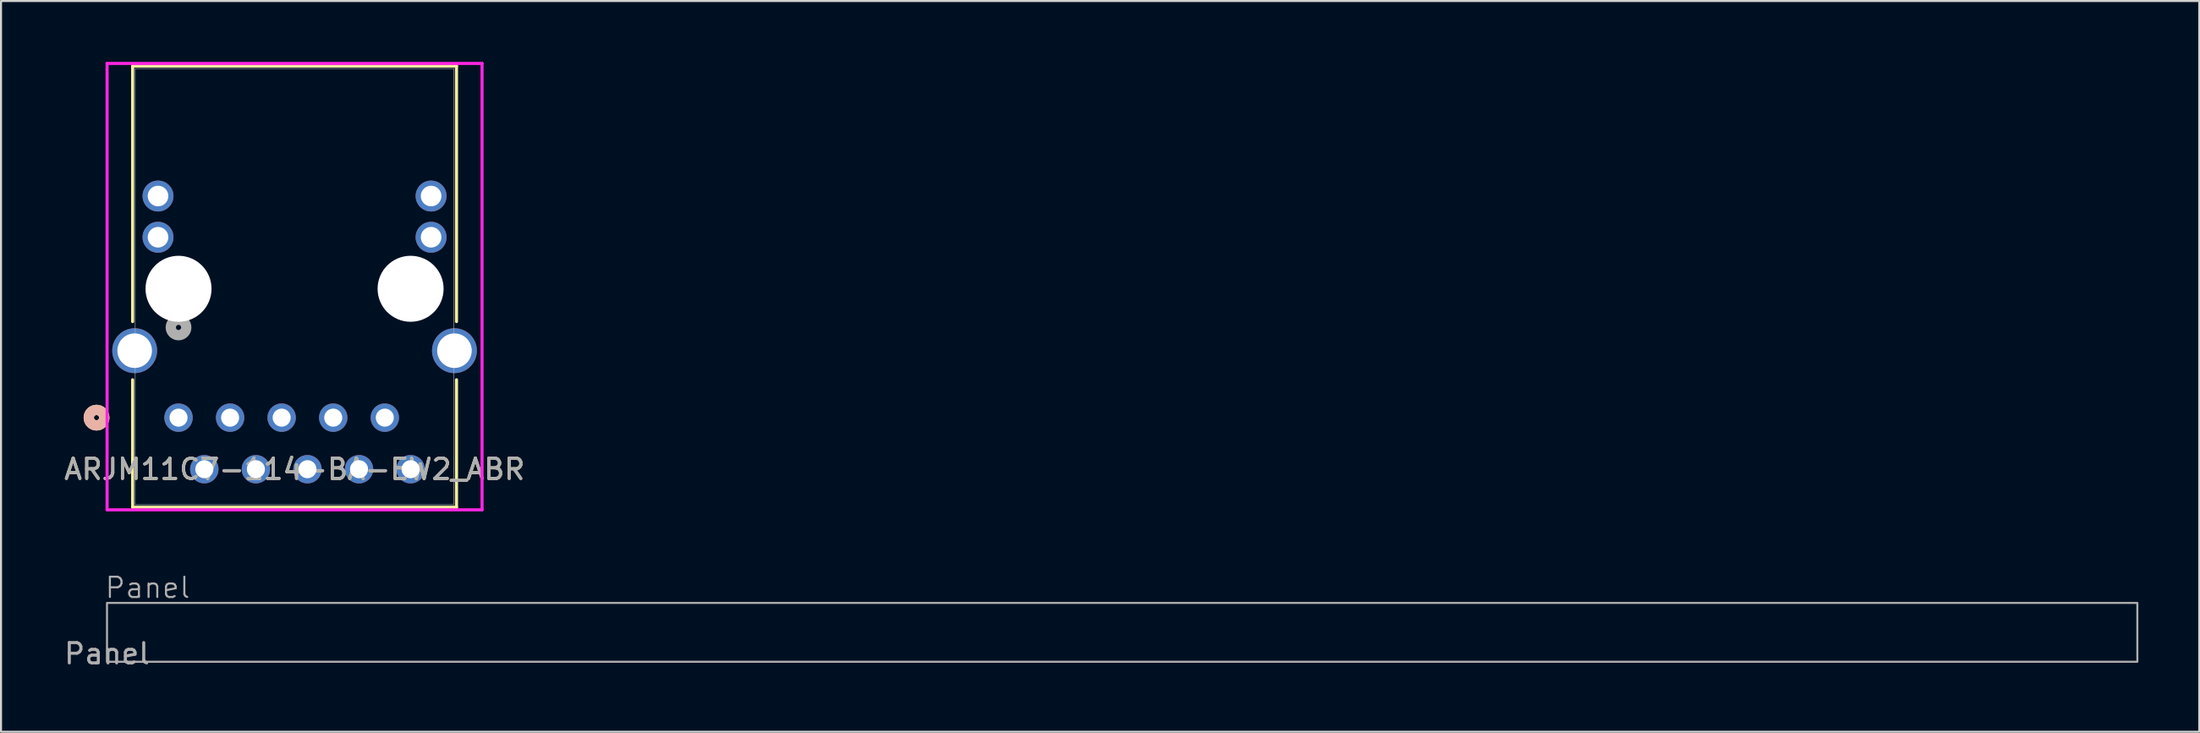
<source format=kicad_pcb>
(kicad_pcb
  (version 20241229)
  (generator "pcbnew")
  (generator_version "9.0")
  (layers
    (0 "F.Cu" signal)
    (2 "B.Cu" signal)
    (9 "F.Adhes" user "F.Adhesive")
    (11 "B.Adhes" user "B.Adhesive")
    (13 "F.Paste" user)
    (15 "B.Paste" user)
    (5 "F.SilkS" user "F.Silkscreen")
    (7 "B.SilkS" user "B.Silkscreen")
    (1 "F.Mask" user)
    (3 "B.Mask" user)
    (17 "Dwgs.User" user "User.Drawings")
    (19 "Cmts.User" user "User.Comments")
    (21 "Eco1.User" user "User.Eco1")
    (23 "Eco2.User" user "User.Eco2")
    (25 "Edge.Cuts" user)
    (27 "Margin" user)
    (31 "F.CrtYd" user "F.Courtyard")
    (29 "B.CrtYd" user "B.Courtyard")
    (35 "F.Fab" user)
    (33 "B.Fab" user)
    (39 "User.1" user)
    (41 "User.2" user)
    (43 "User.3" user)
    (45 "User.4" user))
  (footprint "ARJM11C7-114-BA-EW2_ABR"
    (layer "F.Cu")
    (at 5.743 17.53)
    (property "Reference" "ARJM11C7-114-BA-EW2_ABR" (at 5.715 2.54 0) (unlocked yes) (layer "F.SilkS") (effects (font (size 1 1) (thickness 0.15))))
    (attr through_hole)
    (fp_line (start -2.261 -17.327) (end -2.261 -4.734) (stroke (width 0.152) (type solid)) (layer "F.SilkS"))
    (fp_line (start -2.261 -1.866) (end -2.261 4.415) (stroke (width 0.152) (type solid)) (layer "F.SilkS"))
    (fp_line (start -2.261 4.415) (end 13.691 4.415) (stroke (width 0.152) (type solid)) (layer "F.SilkS"))
    (fp_line (start 13.691 -17.327) (end -2.261 -17.327) (stroke (width 0.152) (type solid)) (layer "F.SilkS"))
    (fp_line (start 13.691 -4.734) (end 13.691 -17.327) (stroke (width 0.152) (type solid)) (layer "F.SilkS"))
    (fp_line (start 13.691 4.415) (end 13.691 -1.866) (stroke (width 0.152) (type solid)) (layer "F.SilkS"))
    (fp_circle (center -4.039 0) (end -3.658 0) (stroke (width 0.508) (type solid)) (fill no) (layer "F.SilkS"))
    (fp_circle (center -4.039 0) (end -3.658 0) (stroke (width 0.508) (type solid)) (fill no) (layer "B.SilkS"))
    (fp_line (start -3.519 -17.454) (end -3.519 4.542) (stroke (width 0.152) (type solid)) (layer "F.CrtYd"))
    (fp_line (start -3.519 4.542) (end 14.949 4.542) (stroke (width 0.152) (type solid)) (layer "F.CrtYd"))
    (fp_line (start 14.949 -17.454) (end -3.519 -17.454) (stroke (width 0.152) (type solid)) (layer "F.CrtYd"))
    (fp_line (start 14.949 4.542) (end 14.949 -17.454) (stroke (width 0.152) (type solid)) (layer "F.CrtYd"))
    (fp_line (start -2.134 -17.2) (end -2.134 4.288) (stroke (width 0.025) (type solid)) (layer "F.Fab"))
    (fp_line (start -2.134 4.288) (end 13.564 4.288) (stroke (width 0.025) (type solid)) (layer "F.Fab"))
    (fp_line (start 13.564 -17.2) (end -2.134 -17.2) (stroke (width 0.025) (type solid)) (layer "F.Fab"))
    (fp_line (start 13.564 4.288) (end 13.564 -17.2) (stroke (width 0.025) (type solid)) (layer "F.Fab"))
    (fp_circle (center 0 -4.445) (end 0.381 -4.445) (stroke (width 0.508) (type solid)) (fill no) (layer "F.Fab"))
    (fp_text user "${REFERENCE}" (at 5.715 2.54 0) (unlocked yes) (layer "F.Fab") (effects (font (size 1 1) (thickness 0.15))))
    (pad "" np_thru_hole circle (at 0 -6.35) (size 3.251 3.251) (drill 3.251) (layers "*.Cu" "*.Mask"))
    (pad "" np_thru_hole circle (at 11.43 -6.35) (size 3.251 3.251) (drill 3.251) (layers "*.Cu" "*.Mask"))
    (pad "1" thru_hole circle (at 0 0) (size 1.397 1.397) (drill 0.889) (layers "*.Cu" "*.Mask"))
    (pad "2" thru_hole circle (at 1.27 2.54) (size 1.397 1.397) (drill 0.889) (layers "*.Cu" "*.Mask"))
    (pad "3" thru_hole circle (at 2.54 0) (size 1.397 1.397) (drill 0.889) (layers "*.Cu" "*.Mask"))
    (pad "4" thru_hole circle (at 3.81 2.54) (size 1.397 1.397) (drill 0.889) (layers "*.Cu" "*.Mask"))
    (pad "5" thru_hole circle (at 5.08 0) (size 1.397 1.397) (drill 0.889) (layers "*.Cu" "*.Mask"))
    (pad "6" thru_hole circle (at 6.35 2.54) (size 1.397 1.397) (drill 0.889) (layers "*.Cu" "*.Mask"))
    (pad "7" thru_hole circle (at 7.62 0) (size 1.397 1.397) (drill 0.889) (layers "*.Cu" "*.Mask"))
    (pad "8" thru_hole circle (at 8.89 2.54) (size 1.397 1.397) (drill 0.889) (layers "*.Cu" "*.Mask"))
    (pad "9" thru_hole circle (at 10.16 0) (size 1.397 1.397) (drill 0.889) (layers "*.Cu" "*.Mask"))
    (pad "10" thru_hole circle (at 11.43 2.54) (size 1.397 1.397) (drill 0.889) (layers "*.Cu" "*.Mask"))
    (pad "11" thru_hole circle (at -1.01 -8.89) (size 1.524 1.524) (drill 1.016) (layers "*.Cu" "*.Mask"))
    (pad "12" thru_hole circle (at -1.01 -10.92) (size 1.524 1.524) (drill 1.016) (layers "*.Cu" "*.Mask"))
    (pad "13" thru_hole circle (at 12.44 -8.89) (size 1.524 1.524) (drill 1.016) (layers "*.Cu" "*.Mask"))
    (pad "14" thru_hole circle (at 12.44 -10.92) (size 1.524 1.524) (drill 1.016) (layers "*.Cu" "*.Mask"))
    (pad "15" thru_hole circle (at -2.16 -3.3) (size 2.21 2.21) (drill 1.702) (layers "*.Cu" "*.Mask"))
    (pad "16" thru_hole circle (at 13.59 -3.3) (size 2.21 2.21) (drill 1.702) (layers "*.Cu" "*.Mask")))
  (footprint "Panel"
    (layer "F.Cu")
    (at 2.22 26.659)
    (property "Reference" "Panel" (at 2 -0.75 0) (unlocked yes) (layer "F.Fab") (effects (font (size 1 1) (thickness 0.1))))
    (fp_rect (start 0 0) (end 100 2.9) (stroke (width 0.1) (type default)) (fill no) (layer "F.Fab"))
    (fp_text user "${REFERENCE}" (at 0 2.5 0) (unlocked yes) (layer "F.Fab") (effects (font (size 1 1) (thickness 0.15))))
    (zone (net_name "") (layer "B.Cu") (hatch edge 0.5) (connect_pads) (min_thickness 0.25) (filled_areas_thickness no) (keepout (tracks allowed) (vias allowed) (pads allowed) (copperpour allowed) (footprints not_allowed)) (placement (enabled no)) (fill) (polygon (pts (xy 2.22 26.659) (xy 102.22 26.659) (xy 102.22 29.559) (xy 2.22 29.559)))))
  (gr_rect
    (start -3 -3)
    (end 105.27 33.008)
    (stroke (width 0.1) (type default))
    (fill no)
    (layer "Edge.Cuts")))
</source>
